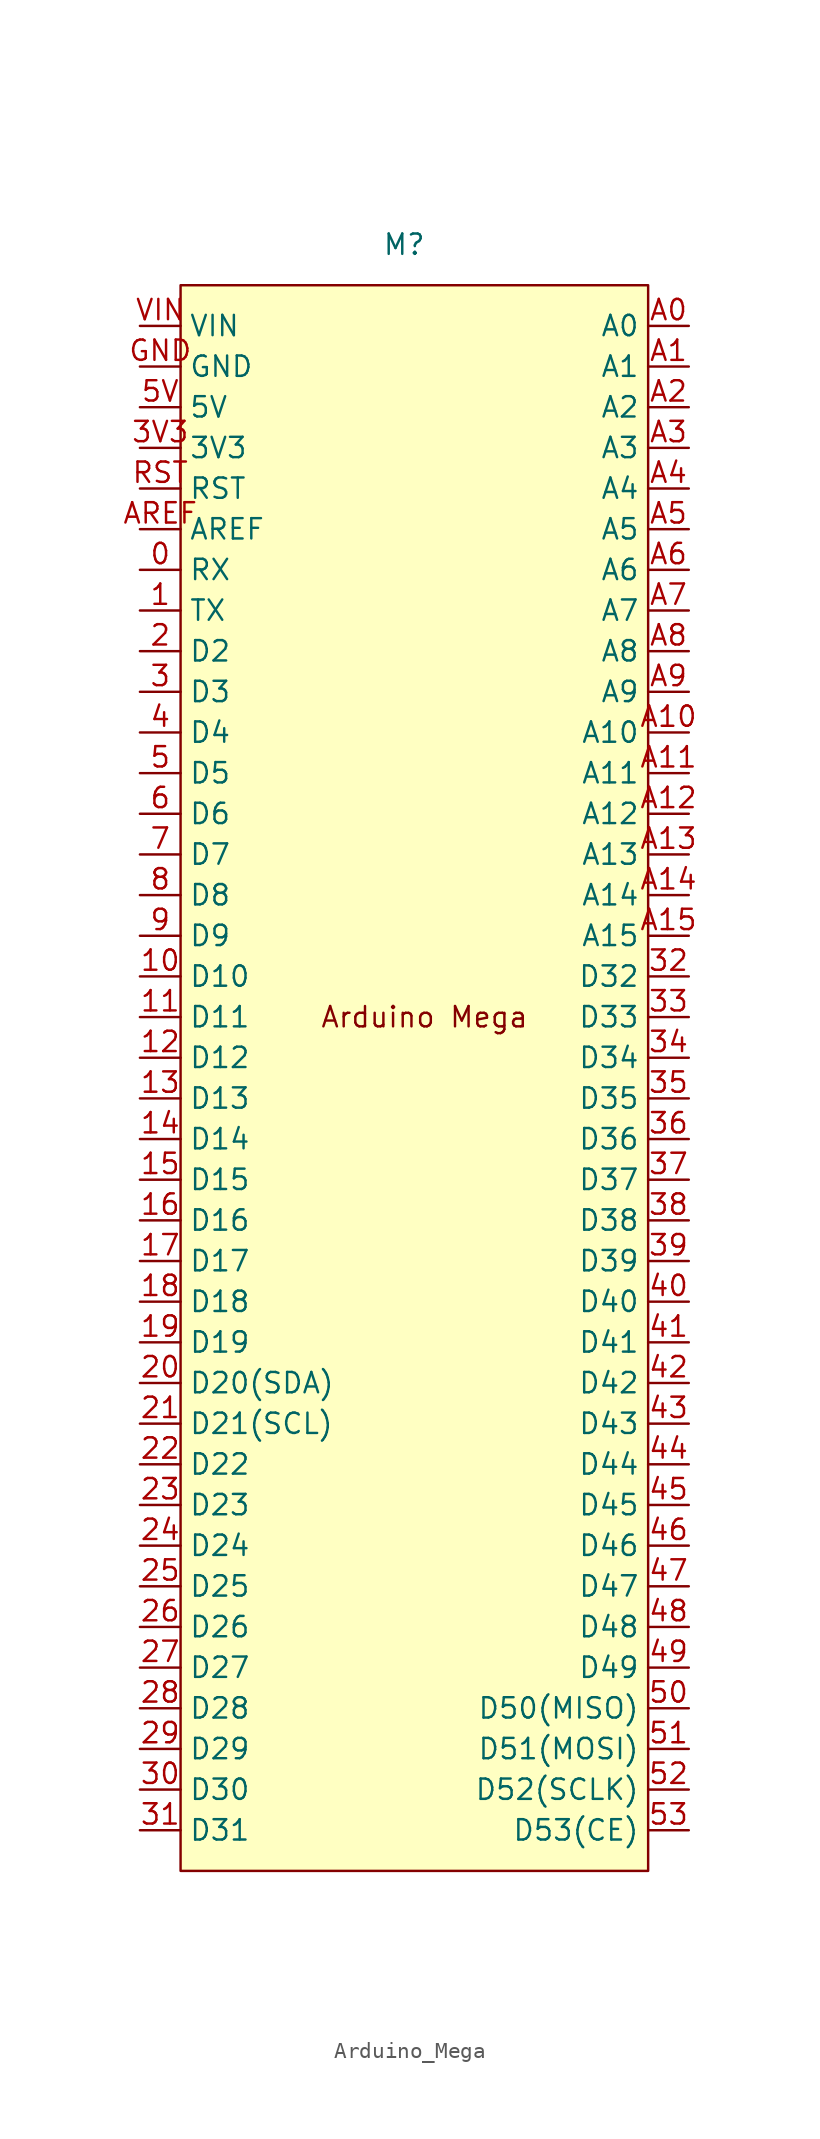
<source format=kicad_sym>
(kicad_symbol_lib
  (version 20220914)
  (generator kicad_symbol_editor)
  (symbol "Arduino_Mega"
    (property "Reference" "M"
      (at 13.97 26.67 0)
      (effects (font (size 1.27 1.27))))
    (property "Value" ""
      (at 0 -1.27 0)
      (effects (font (size 1.27 1.27))))
    (symbol "Arduino_Mega_1_1"
      (rectangle (start 0 24.13) (end 29.21 -74.93) (stroke (width 0) (type default)) (fill (type background)))
      (text "Arduino Mega" (at 15.24 -21.59 0) (effects (font (size 1.27 1.27))))
      (pin bidirectional line (at -2.54 6.35 0) (length 2.54) (name "RX" (effects (font (size 1.27 1.27)))) (number "0" (effects (font (size 1.27 1.27)))))
      (pin bidirectional line (at -2.54 3.81 0) (length 2.54) (name "TX" (effects (font (size 1.27 1.27)))) (number "1" (effects (font (size 1.27 1.27)))))
      (pin bidirectional line (at -2.54 -19.05 0) (length 2.54) (name "D10" (effects (font (size 1.27 1.27)))) (number "10" (effects (font (size 1.27 1.27)))))
      (pin bidirectional line (at -2.54 -21.59 0) (length 2.54) (name "D11" (effects (font (size 1.27 1.27)))) (number "11" (effects (font (size 1.27 1.27)))))
      (pin bidirectional line (at -2.54 -24.13 0) (length 2.54) (name "D12" (effects (font (size 1.27 1.27)))) (number "12" (effects (font (size 1.27 1.27)))))
      (pin bidirectional line (at -2.54 -26.67 0) (length 2.54) (name "D13" (effects (font (size 1.27 1.27)))) (number "13" (effects (font (size 1.27 1.27)))))
      (pin bidirectional line (at -2.54 -29.21 0) (length 2.54) (name "D14" (effects (font (size 1.27 1.27)))) (number "14" (effects (font (size 1.27 1.27)))))
      (pin bidirectional line (at -2.54 -31.75 0) (length 2.54) (name "D15" (effects (font (size 1.27 1.27)))) (number "15" (effects (font (size 1.27 1.27)))))
      (pin bidirectional line (at -2.54 -34.29 0) (length 2.54) (name "D16" (effects (font (size 1.27 1.27)))) (number "16" (effects (font (size 1.27 1.27)))))
      (pin bidirectional line (at -2.54 -36.83 0) (length 2.54) (name "D17" (effects (font (size 1.27 1.27)))) (number "17" (effects (font (size 1.27 1.27)))))
      (pin bidirectional line (at -2.54 -39.37 0) (length 2.54) (name "D18" (effects (font (size 1.27 1.27)))) (number "18" (effects (font (size 1.27 1.27)))))
      (pin bidirectional line (at -2.54 -41.91 0) (length 2.54) (name "D19" (effects (font (size 1.27 1.27)))) (number "19" (effects (font (size 1.27 1.27)))))
      (pin bidirectional line (at -2.54 1.27 0) (length 2.54) (name "D2" (effects (font (size 1.27 1.27)))) (number "2" (effects (font (size 1.27 1.27)))))
      (pin bidirectional line (at -2.54 -44.45 0) (length 2.54) (name "D20(SDA)" (effects (font (size 1.27 1.27)))) (number "20" (effects (font (size 1.27 1.27)))))
      (pin bidirectional line (at -2.54 -46.99 0) (length 2.54) (name "D21(SCL)" (effects (font (size 1.27 1.27)))) (number "21" (effects (font (size 1.27 1.27)))))
      (pin bidirectional line (at -2.54 -49.53 0) (length 2.54) (name "D22" (effects (font (size 1.27 1.27)))) (number "22" (effects (font (size 1.27 1.27)))))
      (pin bidirectional line (at -2.54 -52.07 0) (length 2.54) (name "D23" (effects (font (size 1.27 1.27)))) (number "23" (effects (font (size 1.27 1.27)))))
      (pin bidirectional line (at -2.54 -54.61 0) (length 2.54) (name "D24" (effects (font (size 1.27 1.27)))) (number "24" (effects (font (size 1.27 1.27)))))
      (pin bidirectional line (at -2.54 -57.15 0) (length 2.54) (name "D25" (effects (font (size 1.27 1.27)))) (number "25" (effects (font (size 1.27 1.27)))))
      (pin bidirectional line (at -2.54 -59.69 0) (length 2.54) (name "D26" (effects (font (size 1.27 1.27)))) (number "26" (effects (font (size 1.27 1.27)))))
      (pin bidirectional line (at -2.54 -62.23 0) (length 2.54) (name "D27" (effects (font (size 1.27 1.27)))) (number "27" (effects (font (size 1.27 1.27)))))
      (pin bidirectional line (at -2.54 -64.77 0) (length 2.54) (name "D28" (effects (font (size 1.27 1.27)))) (number "28" (effects (font (size 1.27 1.27)))))
      (pin bidirectional line (at -2.54 -67.31 0) (length 2.54) (name "D29" (effects (font (size 1.27 1.27)))) (number "29" (effects (font (size 1.27 1.27)))))
      (pin bidirectional line (at -2.54 -1.27 0) (length 2.54) (name "D3" (effects (font (size 1.27 1.27)))) (number "3" (effects (font (size 1.27 1.27)))))
      (pin bidirectional line (at -2.54 -69.85 0) (length 2.54) (name "D30" (effects (font (size 1.27 1.27)))) (number "30" (effects (font (size 1.27 1.27)))))
      (pin bidirectional line (at -2.54 -72.39 0) (length 2.54) (name "D31" (effects (font (size 1.27 1.27)))) (number "31" (effects (font (size 1.27 1.27)))))
      (pin bidirectional line (at 31.75 -19.05 180) (length 2.54) (name "D32" (effects (font (size 1.27 1.27)))) (number "32" (effects (font (size 1.27 1.27)))))
      (pin bidirectional line (at 31.75 -21.59 180) (length 2.54) (name "D33" (effects (font (size 1.27 1.27)))) (number "33" (effects (font (size 1.27 1.27)))))
      (pin bidirectional line (at 31.75 -24.13 180) (length 2.54) (name "D34" (effects (font (size 1.27 1.27)))) (number "34" (effects (font (size 1.27 1.27)))))
      (pin bidirectional line (at 31.75 -26.67 180) (length 2.54) (name "D35" (effects (font (size 1.27 1.27)))) (number "35" (effects (font (size 1.27 1.27)))))
      (pin bidirectional line (at 31.75 -29.21 180) (length 2.54) (name "D36" (effects (font (size 1.27 1.27)))) (number "36" (effects (font (size 1.27 1.27)))))
      (pin bidirectional line (at 31.75 -31.75 180) (length 2.54) (name "D37" (effects (font (size 1.27 1.27)))) (number "37" (effects (font (size 1.27 1.27)))))
      (pin bidirectional line (at 31.75 -34.29 180) (length 2.54) (name "D38" (effects (font (size 1.27 1.27)))) (number "38" (effects (font (size 1.27 1.27)))))
      (pin bidirectional line (at 31.75 -36.83 180) (length 2.54) (name "D39" (effects (font (size 1.27 1.27)))) (number "39" (effects (font (size 1.27 1.27)))))
      (pin power_out line (at -2.54 13.97 0) (length 2.54) (name "3V3" (effects (font (size 1.27 1.27)))) (number "3V3" (effects (font (size 1.27 1.27)))))
      (pin bidirectional line (at -2.54 -3.81 0) (length 2.54) (name "D4" (effects (font (size 1.27 1.27)))) (number "4" (effects (font (size 1.27 1.27)))))
      (pin bidirectional line (at 31.75 -39.37 180) (length 2.54) (name "D40" (effects (font (size 1.27 1.27)))) (number "40" (effects (font (size 1.27 1.27)))))
      (pin bidirectional line (at 31.75 -41.91 180) (length 2.54) (name "D41" (effects (font (size 1.27 1.27)))) (number "41" (effects (font (size 1.27 1.27)))))
      (pin bidirectional line (at 31.75 -44.45 180) (length 2.54) (name "D42" (effects (font (size 1.27 1.27)))) (number "42" (effects (font (size 1.27 1.27)))))
      (pin bidirectional line (at 31.75 -46.99 180) (length 2.54) (name "D43" (effects (font (size 1.27 1.27)))) (number "43" (effects (font (size 1.27 1.27)))))
      (pin bidirectional line (at 31.75 -49.53 180) (length 2.54) (name "D44" (effects (font (size 1.27 1.27)))) (number "44" (effects (font (size 1.27 1.27)))))
      (pin bidirectional line (at 31.75 -52.07 180) (length 2.54) (name "D45" (effects (font (size 1.27 1.27)))) (number "45" (effects (font (size 1.27 1.27)))))
      (pin bidirectional line (at 31.75 -54.61 180) (length 2.54) (name "D46" (effects (font (size 1.27 1.27)))) (number "46" (effects (font (size 1.27 1.27)))))
      (pin bidirectional line (at 31.75 -57.15 180) (length 2.54) (name "D47" (effects (font (size 1.27 1.27)))) (number "47" (effects (font (size 1.27 1.27)))))
      (pin bidirectional line (at 31.75 -59.69 180) (length 2.54) (name "D48" (effects (font (size 1.27 1.27)))) (number "48" (effects (font (size 1.27 1.27)))))
      (pin bidirectional line (at 31.75 -62.23 180) (length 2.54) (name "D49" (effects (font (size 1.27 1.27)))) (number "49" (effects (font (size 1.27 1.27)))))
      (pin bidirectional line (at -2.54 -6.35 0) (length 2.54) (name "D5" (effects (font (size 1.27 1.27)))) (number "5" (effects (font (size 1.27 1.27)))))
      (pin bidirectional line (at 31.75 -64.77 180) (length 2.54) (name "D50(MISO)" (effects (font (size 1.27 1.27)))) (number "50" (effects (font (size 1.27 1.27)))))
      (pin bidirectional line (at 31.75 -67.31 180) (length 2.54) (name "D51(MOSI)" (effects (font (size 1.27 1.27)))) (number "51" (effects (font (size 1.27 1.27)))))
      (pin bidirectional line (at 31.75 -69.85 180) (length 2.54) (name "D52(SCLK)" (effects (font (size 1.27 1.27)))) (number "52" (effects (font (size 1.27 1.27)))))
      (pin bidirectional line (at 31.75 -72.39 180) (length 2.54) (name "D53(CE)" (effects (font (size 1.27 1.27)))) (number "53" (effects (font (size 1.27 1.27)))))
      (pin power_out line (at -2.54 16.51 0) (length 2.54) (name "5V" (effects (font (size 1.27 1.27)))) (number "5V" (effects (font (size 1.27 1.27)))))
      (pin bidirectional line (at -2.54 -8.89 0) (length 2.54) (name "D6" (effects (font (size 1.27 1.27)))) (number "6" (effects (font (size 1.27 1.27)))))
      (pin bidirectional line (at -2.54 -11.43 0) (length 2.54) (name "D7" (effects (font (size 1.27 1.27)))) (number "7" (effects (font (size 1.27 1.27)))))
      (pin bidirectional line (at -2.54 -13.97 0) (length 2.54) (name "D8" (effects (font (size 1.27 1.27)))) (number "8" (effects (font (size 1.27 1.27)))))
      (pin bidirectional line (at -2.54 -16.51 0) (length 2.54) (name "D9" (effects (font (size 1.27 1.27)))) (number "9" (effects (font (size 1.27 1.27)))))
      (pin bidirectional line (at 31.75 21.59 180) (length 2.54) (name "A0" (effects (font (size 1.27 1.27)))) (number "A0" (effects (font (size 1.27 1.27)))))
      (pin bidirectional line (at 31.75 19.05 180) (length 2.54) (name "A1" (effects (font (size 1.27 1.27)))) (number "A1" (effects (font (size 1.27 1.27)))))
      (pin bidirectional line (at 31.75 -3.81 180) (length 2.54) (name "A10" (effects (font (size 1.27 1.27)))) (number "A10" (effects (font (size 1.27 1.27)))))
      (pin bidirectional line (at 31.75 -6.35 180) (length 2.54) (name "A11" (effects (font (size 1.27 1.27)))) (number "A11" (effects (font (size 1.27 1.27)))))
      (pin bidirectional line (at 31.75 -8.89 180) (length 2.54) (name "A12" (effects (font (size 1.27 1.27)))) (number "A12" (effects (font (size 1.27 1.27)))))
      (pin bidirectional line (at 31.75 -11.43 180) (length 2.54) (name "A13" (effects (font (size 1.27 1.27)))) (number "A13" (effects (font (size 1.27 1.27)))))
      (pin bidirectional line (at 31.75 -13.97 180) (length 2.54) (name "A14" (effects (font (size 1.27 1.27)))) (number "A14" (effects (font (size 1.27 1.27)))))
      (pin bidirectional line (at 31.75 -16.51 180) (length 2.54) (name "A15" (effects (font (size 1.27 1.27)))) (number "A15" (effects (font (size 1.27 1.27)))))
      (pin bidirectional line (at 31.75 16.51 180) (length 2.54) (name "A2" (effects (font (size 1.27 1.27)))) (number "A2" (effects (font (size 1.27 1.27)))))
      (pin bidirectional line (at 31.75 13.97 180) (length 2.54) (name "A3" (effects (font (size 1.27 1.27)))) (number "A3" (effects (font (size 1.27 1.27)))))
      (pin bidirectional line (at 31.75 11.43 180) (length 2.54) (name "A4" (effects (font (size 1.27 1.27)))) (number "A4" (effects (font (size 1.27 1.27)))))
      (pin bidirectional line (at 31.75 8.89 180) (length 2.54) (name "A5" (effects (font (size 1.27 1.27)))) (number "A5" (effects (font (size 1.27 1.27)))))
      (pin bidirectional line (at 31.75 6.35 180) (length 2.54) (name "A6" (effects (font (size 1.27 1.27)))) (number "A6" (effects (font (size 1.27 1.27)))))
      (pin bidirectional line (at 31.75 3.81 180) (length 2.54) (name "A7" (effects (font (size 1.27 1.27)))) (number "A7" (effects (font (size 1.27 1.27)))))
      (pin bidirectional line (at 31.75 1.27 180) (length 2.54) (name "A8" (effects (font (size 1.27 1.27)))) (number "A8" (effects (font (size 1.27 1.27)))))
      (pin bidirectional line (at 31.75 -1.27 180) (length 2.54) (name "A9" (effects (font (size 1.27 1.27)))) (number "A9" (effects (font (size 1.27 1.27)))))
      (pin bidirectional line (at -2.54 8.89 0) (length 2.54) (name "AREF" (effects (font (size 1.27 1.27)))) (number "AREF" (effects (font (size 1.27 1.27)))))
      (pin power_in line (at -2.54 19.05 0) (length 2.54) (name "GND" (effects (font (size 1.27 1.27)))) (number "GND" (effects (font (size 1.27 1.27)))))
      (pin input line (at -2.54 11.43 0) (length 2.54) (name "RST" (effects (font (size 1.27 1.27)))) (number "RST" (effects (font (size 1.27 1.27)))))
      (pin power_in line (at -2.54 21.59 0) (length 2.54) (name "VIN" (effects (font (size 1.27 1.27)))) (number "VIN" (effects (font (size 1.27 1.27))))))))
</source>
